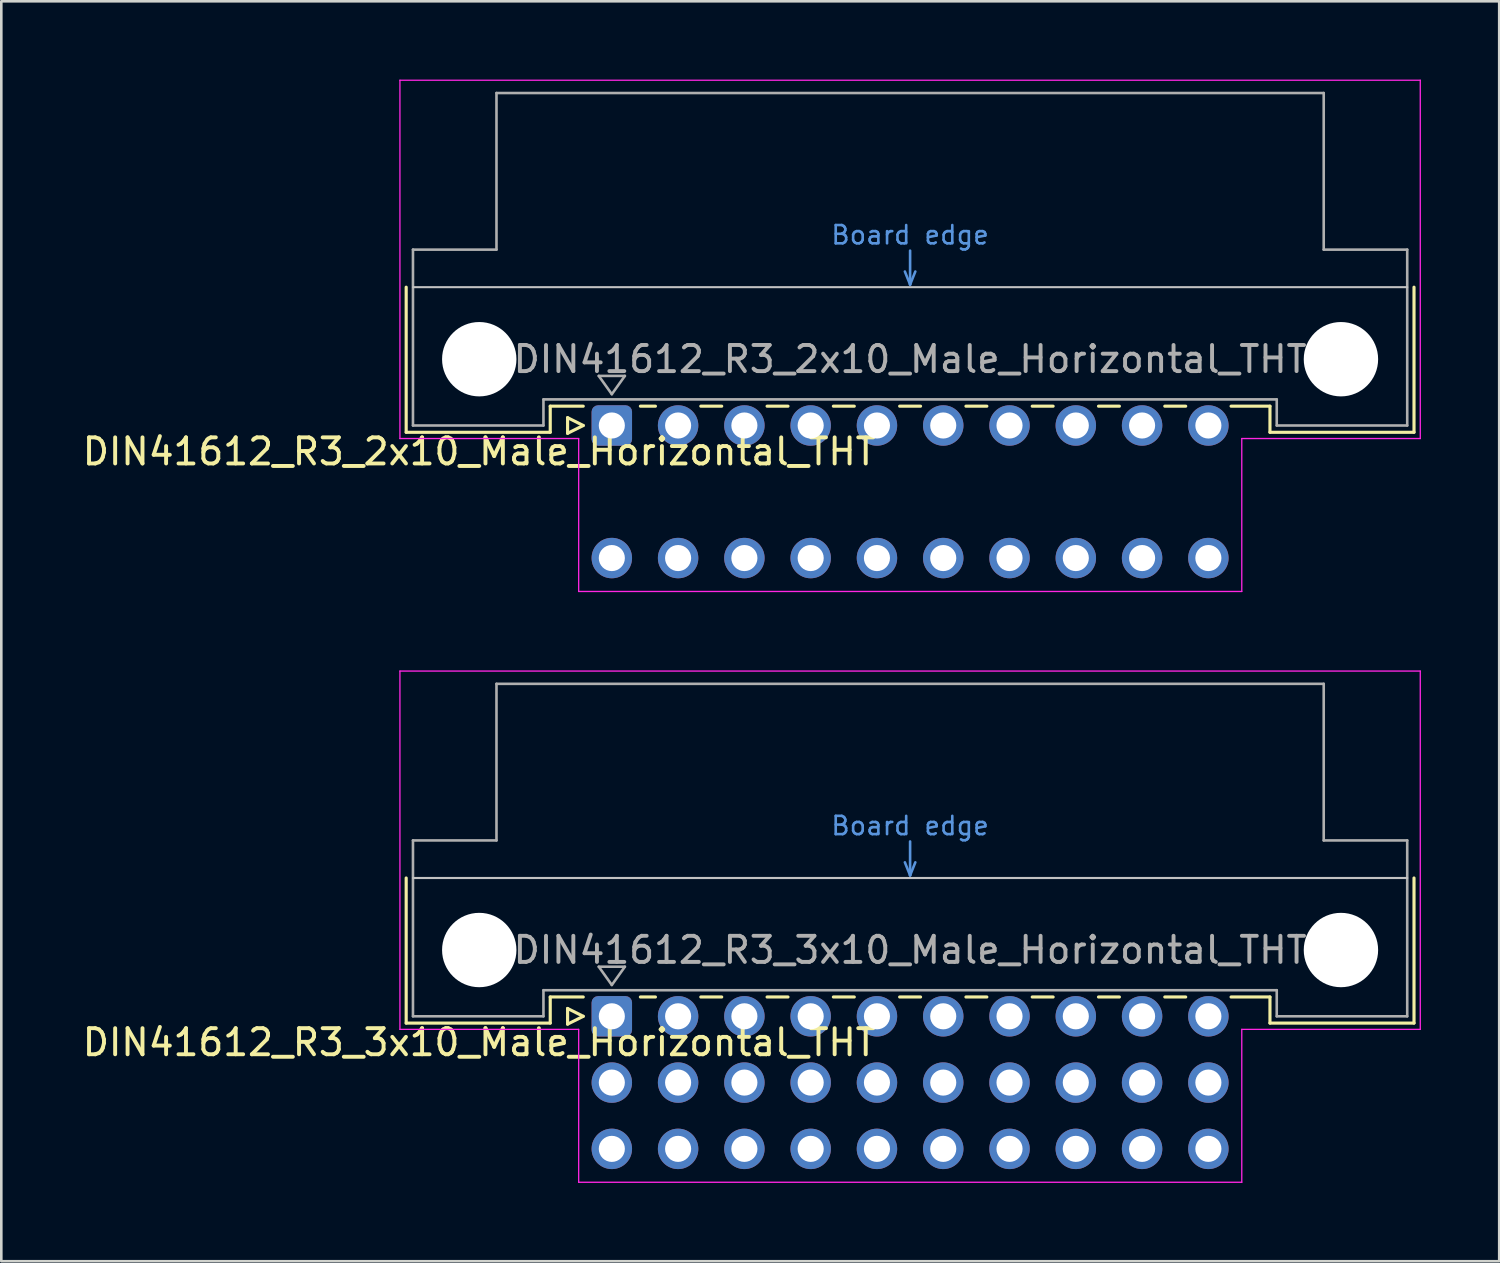
<source format=kicad_pcb>
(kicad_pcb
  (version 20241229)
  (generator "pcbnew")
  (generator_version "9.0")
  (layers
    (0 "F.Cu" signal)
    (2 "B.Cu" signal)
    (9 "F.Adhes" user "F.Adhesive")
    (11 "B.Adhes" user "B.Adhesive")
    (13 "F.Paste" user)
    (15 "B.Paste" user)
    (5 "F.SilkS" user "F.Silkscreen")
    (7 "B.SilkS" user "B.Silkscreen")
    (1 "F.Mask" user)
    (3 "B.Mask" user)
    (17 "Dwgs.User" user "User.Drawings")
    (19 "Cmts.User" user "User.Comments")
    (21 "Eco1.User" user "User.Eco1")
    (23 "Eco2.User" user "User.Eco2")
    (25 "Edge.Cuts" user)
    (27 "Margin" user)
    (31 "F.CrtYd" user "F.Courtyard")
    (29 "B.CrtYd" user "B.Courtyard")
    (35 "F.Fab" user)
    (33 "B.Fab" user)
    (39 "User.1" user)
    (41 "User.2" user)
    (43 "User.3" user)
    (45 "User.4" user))
  (footprint "DIN41612_R3_2x10_Male_Horizontal_THT"
    (layer "F.Cu")
    (at 20.395 13.255)
    (property "Reference" "DIN41612_R3_2x10_Male_Horizontal_THT" (at -5.08 1 0) (layer "F.SilkS") (effects (font (size 1 1) (thickness 0.15))))
    (attr through_hole)
    (fp_line (start -7.88 -5.3) (end -7.88 0.26) (stroke (width 0.12) (type solid)) (layer "F.SilkS"))
    (fp_line (start -7.88 0.26) (end -2.36 0.26) (stroke (width 0.12) (type solid)) (layer "F.SilkS"))
    (fp_line (start -2.361 -0.74) (end -1.095 -0.74) (stroke (width 0.12) (type solid)) (layer "F.SilkS"))
    (fp_line (start -2.36 0.26) (end -2.36 -0.74) (stroke (width 0.12) (type solid)) (layer "F.SilkS"))
    (fp_line (start -1.695 -0.3) (end -1.695 0.3) (stroke (width 0.12) (type solid)) (layer "F.SilkS"))
    (fp_line (start -1.695 0.3) (end -1.095 0) (stroke (width 0.12) (type solid)) (layer "F.SilkS"))
    (fp_line (start -1.095 0) (end -1.695 -0.3) (stroke (width 0.12) (type solid)) (layer "F.SilkS"))
    (fp_line (start 1.095 -0.74) (end 1.671 -0.74) (stroke (width 0.12) (type solid)) (layer "F.SilkS"))
    (fp_line (start 3.41 -0.74) (end 4.211 -0.74) (stroke (width 0.12) (type solid)) (layer "F.SilkS"))
    (fp_line (start 5.95 -0.74) (end 6.751 -0.74) (stroke (width 0.12) (type solid)) (layer "F.SilkS"))
    (fp_line (start 8.49 -0.74) (end 9.291 -0.74) (stroke (width 0.12) (type solid)) (layer "F.SilkS"))
    (fp_line (start 11.03 -0.74) (end 11.831 -0.74) (stroke (width 0.12) (type solid)) (layer "F.SilkS"))
    (fp_line (start 13.57 -0.74) (end 14.371 -0.74) (stroke (width 0.12) (type solid)) (layer "F.SilkS"))
    (fp_line (start 16.11 -0.74) (end 16.911 -0.74) (stroke (width 0.12) (type solid)) (layer "F.SilkS"))
    (fp_line (start 18.65 -0.74) (end 19.451 -0.74) (stroke (width 0.12) (type solid)) (layer "F.SilkS"))
    (fp_line (start 21.19 -0.74) (end 21.991 -0.74) (stroke (width 0.12) (type solid)) (layer "F.SilkS"))
    (fp_line (start 23.73 -0.74) (end 25.22 -0.74) (stroke (width 0.12) (type solid)) (layer "F.SilkS"))
    (fp_line (start 25.22 0.26) (end 25.22 -0.74) (stroke (width 0.12) (type solid)) (layer "F.SilkS"))
    (fp_line (start 30.74 -5.3) (end 30.74 0.26) (stroke (width 0.12) (type solid)) (layer "F.SilkS"))
    (fp_line (start 30.74 0.26) (end 25.22 0.26) (stroke (width 0.12) (type solid)) (layer "F.SilkS"))
    (fp_line (start -7.62 -5.3) (end 30.48 -5.3) (stroke (width 0.08) (type solid)) (layer "Dwgs.User"))
    (fp_line (start 11.23 -5.9) (end 11.43 -5.4) (stroke (width 0.1) (type solid)) (layer "Cmts.User"))
    (fp_line (start 11.43 -5.4) (end 11.43 -6.7) (stroke (width 0.1) (type solid)) (layer "Cmts.User"))
    (fp_line (start 11.43 -5.4) (end 11.63 -5.9) (stroke (width 0.1) (type solid)) (layer "Cmts.User"))
    (fp_line (start -8.12 -13.23) (end -8.12 0.5) (stroke (width 0.05) (type solid)) (layer "F.CrtYd"))
    (fp_line (start -8.12 0.5) (end -1.27 0.5) (stroke (width 0.05) (type solid)) (layer "F.CrtYd"))
    (fp_line (start -1.27 0.5) (end -1.27 6.36) (stroke (width 0.05) (type solid)) (layer "F.CrtYd"))
    (fp_line (start -1.27 6.36) (end 24.14 6.36) (stroke (width 0.05) (type solid)) (layer "F.CrtYd"))
    (fp_line (start 24.14 0.5) (end 30.98 0.5) (stroke (width 0.05) (type solid)) (layer "F.CrtYd"))
    (fp_line (start 24.14 6.36) (end 24.14 0.5) (stroke (width 0.05) (type solid)) (layer "F.CrtYd"))
    (fp_line (start 30.98 -13.23) (end -8.12 -13.23) (stroke (width 0.05) (type solid)) (layer "F.CrtYd"))
    (fp_line (start 30.98 0.5) (end 30.98 -13.23) (stroke (width 0.05) (type solid)) (layer "F.CrtYd"))
    (fp_line (start -7.62 -6.74) (end -7.62 0) (stroke (width 0.1) (type solid)) (layer "F.Fab"))
    (fp_line (start -7.62 0) (end -2.62 0) (stroke (width 0.1) (type solid)) (layer "F.Fab"))
    (fp_line (start -4.42 -12.74) (end -4.42 -6.74) (stroke (width 0.1) (type solid)) (layer "F.Fab"))
    (fp_line (start -4.42 -6.74) (end -7.62 -6.74) (stroke (width 0.1) (type solid)) (layer "F.Fab"))
    (fp_line (start -2.62 -1) (end 25.48 -1) (stroke (width 0.1) (type solid)) (layer "F.Fab"))
    (fp_line (start -2.62 0) (end -2.62 -1) (stroke (width 0.1) (type solid)) (layer "F.Fab"))
    (fp_line (start -0.5 -1.9) (end 0.5 -1.9) (stroke (width 0.1) (type solid)) (layer "F.Fab"))
    (fp_line (start 0 -1.2) (end -0.5 -1.9) (stroke (width 0.1) (type solid)) (layer "F.Fab"))
    (fp_line (start 0.5 -1.9) (end 0 -1.2) (stroke (width 0.1) (type solid)) (layer "F.Fab"))
    (fp_line (start 25.48 -1) (end 25.48 0) (stroke (width 0.1) (type solid)) (layer "F.Fab"))
    (fp_line (start 25.48 0) (end 30.48 0) (stroke (width 0.1) (type solid)) (layer "F.Fab"))
    (fp_line (start 27.28 -12.74) (end -4.42 -12.74) (stroke (width 0.1) (type solid)) (layer "F.Fab"))
    (fp_line (start 27.28 -6.74) (end 27.28 -12.74) (stroke (width 0.1) (type solid)) (layer "F.Fab"))
    (fp_line (start 30.48 -6.74) (end 27.28 -6.74) (stroke (width 0.1) (type solid)) (layer "F.Fab"))
    (fp_line (start 30.48 0) (end 30.48 -6.74) (stroke (width 0.1) (type solid)) (layer "F.Fab"))
    (fp_text user "Board edge" (at 11.43 -7.3 0) (layer "Cmts.User") (effects (font (size 0.7 0.7) (thickness 0.1))))
    (fp_text user "${REFERENCE}" (at 11.43 -2.54 0) (layer "F.Fab") (effects (font (size 1 1) (thickness 0.15))))
    (pad "" np_thru_hole circle (at -5.08 -2.54) (size 2.85 2.85) (drill 2.85) (layers "*.Cu" "*.Mask"))
    (pad "" np_thru_hole circle (at 27.94 -2.54) (size 2.85 2.85) (drill 2.85) (layers "*.Cu" "*.Mask"))
    (pad "a1" thru_hole roundrect (at 0 0) (size 1.55 1.55) (drill 1) (layers "*.Cu" "*.Mask") (roundrect_rratio 0.161))
    (pad "a2" thru_hole circle (at 2.54 0) (size 1.55 1.55) (drill 1) (layers "*.Cu" "*.Mask"))
    (pad "a3" thru_hole circle (at 5.08 0) (size 1.55 1.55) (drill 1) (layers "*.Cu" "*.Mask"))
    (pad "a4" thru_hole circle (at 7.62 0) (size 1.55 1.55) (drill 1) (layers "*.Cu" "*.Mask"))
    (pad "a5" thru_hole circle (at 10.16 0) (size 1.55 1.55) (drill 1) (layers "*.Cu" "*.Mask"))
    (pad "a6" thru_hole circle (at 12.7 0) (size 1.55 1.55) (drill 1) (layers "*.Cu" "*.Mask"))
    (pad "a7" thru_hole circle (at 15.24 0) (size 1.55 1.55) (drill 1) (layers "*.Cu" "*.Mask"))
    (pad "a8" thru_hole circle (at 17.78 0) (size 1.55 1.55) (drill 1) (layers "*.Cu" "*.Mask"))
    (pad "a9" thru_hole circle (at 20.32 0) (size 1.55 1.55) (drill 1) (layers "*.Cu" "*.Mask"))
    (pad "a10" thru_hole circle (at 22.86 0) (size 1.55 1.55) (drill 1) (layers "*.Cu" "*.Mask"))
    (pad "c1" thru_hole circle (at 0 5.08) (size 1.55 1.55) (drill 1) (layers "*.Cu" "*.Mask"))
    (pad "c2" thru_hole circle (at 2.54 5.08) (size 1.55 1.55) (drill 1) (layers "*.Cu" "*.Mask"))
    (pad "c3" thru_hole circle (at 5.08 5.08) (size 1.55 1.55) (drill 1) (layers "*.Cu" "*.Mask"))
    (pad "c4" thru_hole circle (at 7.62 5.08) (size 1.55 1.55) (drill 1) (layers "*.Cu" "*.Mask"))
    (pad "c5" thru_hole circle (at 10.16 5.08) (size 1.55 1.55) (drill 1) (layers "*.Cu" "*.Mask"))
    (pad "c6" thru_hole circle (at 12.7 5.08) (size 1.55 1.55) (drill 1) (layers "*.Cu" "*.Mask"))
    (pad "c7" thru_hole circle (at 15.24 5.08) (size 1.55 1.55) (drill 1) (layers "*.Cu" "*.Mask"))
    (pad "c8" thru_hole circle (at 17.78 5.08) (size 1.55 1.55) (drill 1) (layers "*.Cu" "*.Mask"))
    (pad "c9" thru_hole circle (at 20.32 5.08) (size 1.55 1.55) (drill 1) (layers "*.Cu" "*.Mask"))
    (pad "c10" thru_hole circle (at 22.86 5.08) (size 1.55 1.55) (drill 1) (layers "*.Cu" "*.Mask")))
  (footprint "DIN41612_R3_3x10_Male_Horizontal_THT"
    (layer "F.Cu")
    (at 20.395 35.895)
    (property "Reference" "DIN41612_R3_3x10_Male_Horizontal_THT" (at -5.08 1 0) (layer "F.SilkS") (effects (font (size 1 1) (thickness 0.15))))
    (attr through_hole)
    (fp_line (start -7.88 -5.3) (end -7.88 0.26) (stroke (width 0.12) (type solid)) (layer "F.SilkS"))
    (fp_line (start -7.88 0.26) (end -2.36 0.26) (stroke (width 0.12) (type solid)) (layer "F.SilkS"))
    (fp_line (start -2.361 -0.74) (end -1.095 -0.74) (stroke (width 0.12) (type solid)) (layer "F.SilkS"))
    (fp_line (start -2.36 0.26) (end -2.36 -0.74) (stroke (width 0.12) (type solid)) (layer "F.SilkS"))
    (fp_line (start -1.695 -0.3) (end -1.695 0.3) (stroke (width 0.12) (type solid)) (layer "F.SilkS"))
    (fp_line (start -1.695 0.3) (end -1.095 0) (stroke (width 0.12) (type solid)) (layer "F.SilkS"))
    (fp_line (start -1.095 0) (end -1.695 -0.3) (stroke (width 0.12) (type solid)) (layer "F.SilkS"))
    (fp_line (start 1.095 -0.74) (end 1.671 -0.74) (stroke (width 0.12) (type solid)) (layer "F.SilkS"))
    (fp_line (start 3.41 -0.74) (end 4.211 -0.74) (stroke (width 0.12) (type solid)) (layer "F.SilkS"))
    (fp_line (start 5.95 -0.74) (end 6.751 -0.74) (stroke (width 0.12) (type solid)) (layer "F.SilkS"))
    (fp_line (start 8.49 -0.74) (end 9.291 -0.74) (stroke (width 0.12) (type solid)) (layer "F.SilkS"))
    (fp_line (start 11.03 -0.74) (end 11.831 -0.74) (stroke (width 0.12) (type solid)) (layer "F.SilkS"))
    (fp_line (start 13.57 -0.74) (end 14.371 -0.74) (stroke (width 0.12) (type solid)) (layer "F.SilkS"))
    (fp_line (start 16.11 -0.74) (end 16.911 -0.74) (stroke (width 0.12) (type solid)) (layer "F.SilkS"))
    (fp_line (start 18.65 -0.74) (end 19.451 -0.74) (stroke (width 0.12) (type solid)) (layer "F.SilkS"))
    (fp_line (start 21.19 -0.74) (end 21.991 -0.74) (stroke (width 0.12) (type solid)) (layer "F.SilkS"))
    (fp_line (start 23.73 -0.74) (end 25.22 -0.74) (stroke (width 0.12) (type solid)) (layer "F.SilkS"))
    (fp_line (start 25.22 0.26) (end 25.22 -0.74) (stroke (width 0.12) (type solid)) (layer "F.SilkS"))
    (fp_line (start 30.74 -5.3) (end 30.74 0.26) (stroke (width 0.12) (type solid)) (layer "F.SilkS"))
    (fp_line (start 30.74 0.26) (end 25.22 0.26) (stroke (width 0.12) (type solid)) (layer "F.SilkS"))
    (fp_line (start -7.62 -5.3) (end 30.48 -5.3) (stroke (width 0.08) (type solid)) (layer "Dwgs.User"))
    (fp_line (start 11.23 -5.9) (end 11.43 -5.4) (stroke (width 0.1) (type solid)) (layer "Cmts.User"))
    (fp_line (start 11.43 -5.4) (end 11.43 -6.7) (stroke (width 0.1) (type solid)) (layer "Cmts.User"))
    (fp_line (start 11.43 -5.4) (end 11.63 -5.9) (stroke (width 0.1) (type solid)) (layer "Cmts.User"))
    (fp_line (start -8.12 -13.23) (end -8.12 0.5) (stroke (width 0.05) (type solid)) (layer "F.CrtYd"))
    (fp_line (start -8.12 0.5) (end -1.27 0.5) (stroke (width 0.05) (type solid)) (layer "F.CrtYd"))
    (fp_line (start -1.27 0.5) (end -1.27 6.36) (stroke (width 0.05) (type solid)) (layer "F.CrtYd"))
    (fp_line (start -1.27 6.36) (end 24.14 6.36) (stroke (width 0.05) (type solid)) (layer "F.CrtYd"))
    (fp_line (start 24.14 0.5) (end 30.98 0.5) (stroke (width 0.05) (type solid)) (layer "F.CrtYd"))
    (fp_line (start 24.14 6.36) (end 24.14 0.5) (stroke (width 0.05) (type solid)) (layer "F.CrtYd"))
    (fp_line (start 30.98 -13.23) (end -8.12 -13.23) (stroke (width 0.05) (type solid)) (layer "F.CrtYd"))
    (fp_line (start 30.98 0.5) (end 30.98 -13.23) (stroke (width 0.05) (type solid)) (layer "F.CrtYd"))
    (fp_line (start -7.62 -6.74) (end -7.62 0) (stroke (width 0.1) (type solid)) (layer "F.Fab"))
    (fp_line (start -7.62 0) (end -2.62 0) (stroke (width 0.1) (type solid)) (layer "F.Fab"))
    (fp_line (start -4.42 -12.74) (end -4.42 -6.74) (stroke (width 0.1) (type solid)) (layer "F.Fab"))
    (fp_line (start -4.42 -6.74) (end -7.62 -6.74) (stroke (width 0.1) (type solid)) (layer "F.Fab"))
    (fp_line (start -2.62 -1) (end 25.48 -1) (stroke (width 0.1) (type solid)) (layer "F.Fab"))
    (fp_line (start -2.62 0) (end -2.62 -1) (stroke (width 0.1) (type solid)) (layer "F.Fab"))
    (fp_line (start -0.5 -1.9) (end 0.5 -1.9) (stroke (width 0.1) (type solid)) (layer "F.Fab"))
    (fp_line (start 0 -1.2) (end -0.5 -1.9) (stroke (width 0.1) (type solid)) (layer "F.Fab"))
    (fp_line (start 0.5 -1.9) (end 0 -1.2) (stroke (width 0.1) (type solid)) (layer "F.Fab"))
    (fp_line (start 25.48 -1) (end 25.48 0) (stroke (width 0.1) (type solid)) (layer "F.Fab"))
    (fp_line (start 25.48 0) (end 30.48 0) (stroke (width 0.1) (type solid)) (layer "F.Fab"))
    (fp_line (start 27.28 -12.74) (end -4.42 -12.74) (stroke (width 0.1) (type solid)) (layer "F.Fab"))
    (fp_line (start 27.28 -6.74) (end 27.28 -12.74) (stroke (width 0.1) (type solid)) (layer "F.Fab"))
    (fp_line (start 30.48 -6.74) (end 27.28 -6.74) (stroke (width 0.1) (type solid)) (layer "F.Fab"))
    (fp_line (start 30.48 0) (end 30.48 -6.74) (stroke (width 0.1) (type solid)) (layer "F.Fab"))
    (fp_text user "Board edge" (at 11.43 -7.3 0) (layer "Cmts.User") (effects (font (size 0.7 0.7) (thickness 0.1))))
    (fp_text user "${REFERENCE}" (at 11.43 -2.54 0) (layer "F.Fab") (effects (font (size 1 1) (thickness 0.15))))
    (pad "" np_thru_hole circle (at -5.08 -2.54) (size 2.85 2.85) (drill 2.85) (layers "*.Cu" "*.Mask"))
    (pad "" np_thru_hole circle (at 27.94 -2.54) (size 2.85 2.85) (drill 2.85) (layers "*.Cu" "*.Mask"))
    (pad "a1" thru_hole roundrect (at 0 0) (size 1.55 1.55) (drill 1) (layers "*.Cu" "*.Mask") (roundrect_rratio 0.161))
    (pad "a2" thru_hole circle (at 2.54 0) (size 1.55 1.55) (drill 1) (layers "*.Cu" "*.Mask"))
    (pad "a3" thru_hole circle (at 5.08 0) (size 1.55 1.55) (drill 1) (layers "*.Cu" "*.Mask"))
    (pad "a4" thru_hole circle (at 7.62 0) (size 1.55 1.55) (drill 1) (layers "*.Cu" "*.Mask"))
    (pad "a5" thru_hole circle (at 10.16 0) (size 1.55 1.55) (drill 1) (layers "*.Cu" "*.Mask"))
    (pad "a6" thru_hole circle (at 12.7 0) (size 1.55 1.55) (drill 1) (layers "*.Cu" "*.Mask"))
    (pad "a7" thru_hole circle (at 15.24 0) (size 1.55 1.55) (drill 1) (layers "*.Cu" "*.Mask"))
    (pad "a8" thru_hole circle (at 17.78 0) (size 1.55 1.55) (drill 1) (layers "*.Cu" "*.Mask"))
    (pad "a9" thru_hole circle (at 20.32 0) (size 1.55 1.55) (drill 1) (layers "*.Cu" "*.Mask"))
    (pad "a10" thru_hole circle (at 22.86 0) (size 1.55 1.55) (drill 1) (layers "*.Cu" "*.Mask"))
    (pad "b1" thru_hole circle (at 0 2.54) (size 1.55 1.55) (drill 1) (layers "*.Cu" "*.Mask"))
    (pad "b2" thru_hole circle (at 2.54 2.54) (size 1.55 1.55) (drill 1) (layers "*.Cu" "*.Mask"))
    (pad "b3" thru_hole circle (at 5.08 2.54) (size 1.55 1.55) (drill 1) (layers "*.Cu" "*.Mask"))
    (pad "b4" thru_hole circle (at 7.62 2.54) (size 1.55 1.55) (drill 1) (layers "*.Cu" "*.Mask"))
    (pad "b5" thru_hole circle (at 10.16 2.54) (size 1.55 1.55) (drill 1) (layers "*.Cu" "*.Mask"))
    (pad "b6" thru_hole circle (at 12.7 2.54) (size 1.55 1.55) (drill 1) (layers "*.Cu" "*.Mask"))
    (pad "b7" thru_hole circle (at 15.24 2.54) (size 1.55 1.55) (drill 1) (layers "*.Cu" "*.Mask"))
    (pad "b8" thru_hole circle (at 17.78 2.54) (size 1.55 1.55) (drill 1) (layers "*.Cu" "*.Mask"))
    (pad "b9" thru_hole circle (at 20.32 2.54) (size 1.55 1.55) (drill 1) (layers "*.Cu" "*.Mask"))
    (pad "b10" thru_hole circle (at 22.86 2.54) (size 1.55 1.55) (drill 1) (layers "*.Cu" "*.Mask"))
    (pad "c1" thru_hole circle (at 0 5.08) (size 1.55 1.55) (drill 1) (layers "*.Cu" "*.Mask"))
    (pad "c2" thru_hole circle (at 2.54 5.08) (size 1.55 1.55) (drill 1) (layers "*.Cu" "*.Mask"))
    (pad "c3" thru_hole circle (at 5.08 5.08) (size 1.55 1.55) (drill 1) (layers "*.Cu" "*.Mask"))
    (pad "c4" thru_hole circle (at 7.62 5.08) (size 1.55 1.55) (drill 1) (layers "*.Cu" "*.Mask"))
    (pad "c5" thru_hole circle (at 10.16 5.08) (size 1.55 1.55) (drill 1) (layers "*.Cu" "*.Mask"))
    (pad "c6" thru_hole circle (at 12.7 5.08) (size 1.55 1.55) (drill 1) (layers "*.Cu" "*.Mask"))
    (pad "c7" thru_hole circle (at 15.24 5.08) (size 1.55 1.55) (drill 1) (layers "*.Cu" "*.Mask"))
    (pad "c8" thru_hole circle (at 17.78 5.08) (size 1.55 1.55) (drill 1) (layers "*.Cu" "*.Mask"))
    (pad "c9" thru_hole circle (at 20.32 5.08) (size 1.55 1.55) (drill 1) (layers "*.Cu" "*.Mask"))
    (pad "c10" thru_hole circle (at 22.86 5.08) (size 1.55 1.55) (drill 1) (layers "*.Cu" "*.Mask")))
  (gr_rect
    (start -3 -3)
    (end 54.4 45.28)
    (stroke (width 0.1) (type default))
    (fill no)
    (layer "Edge.Cuts")))
</source>
